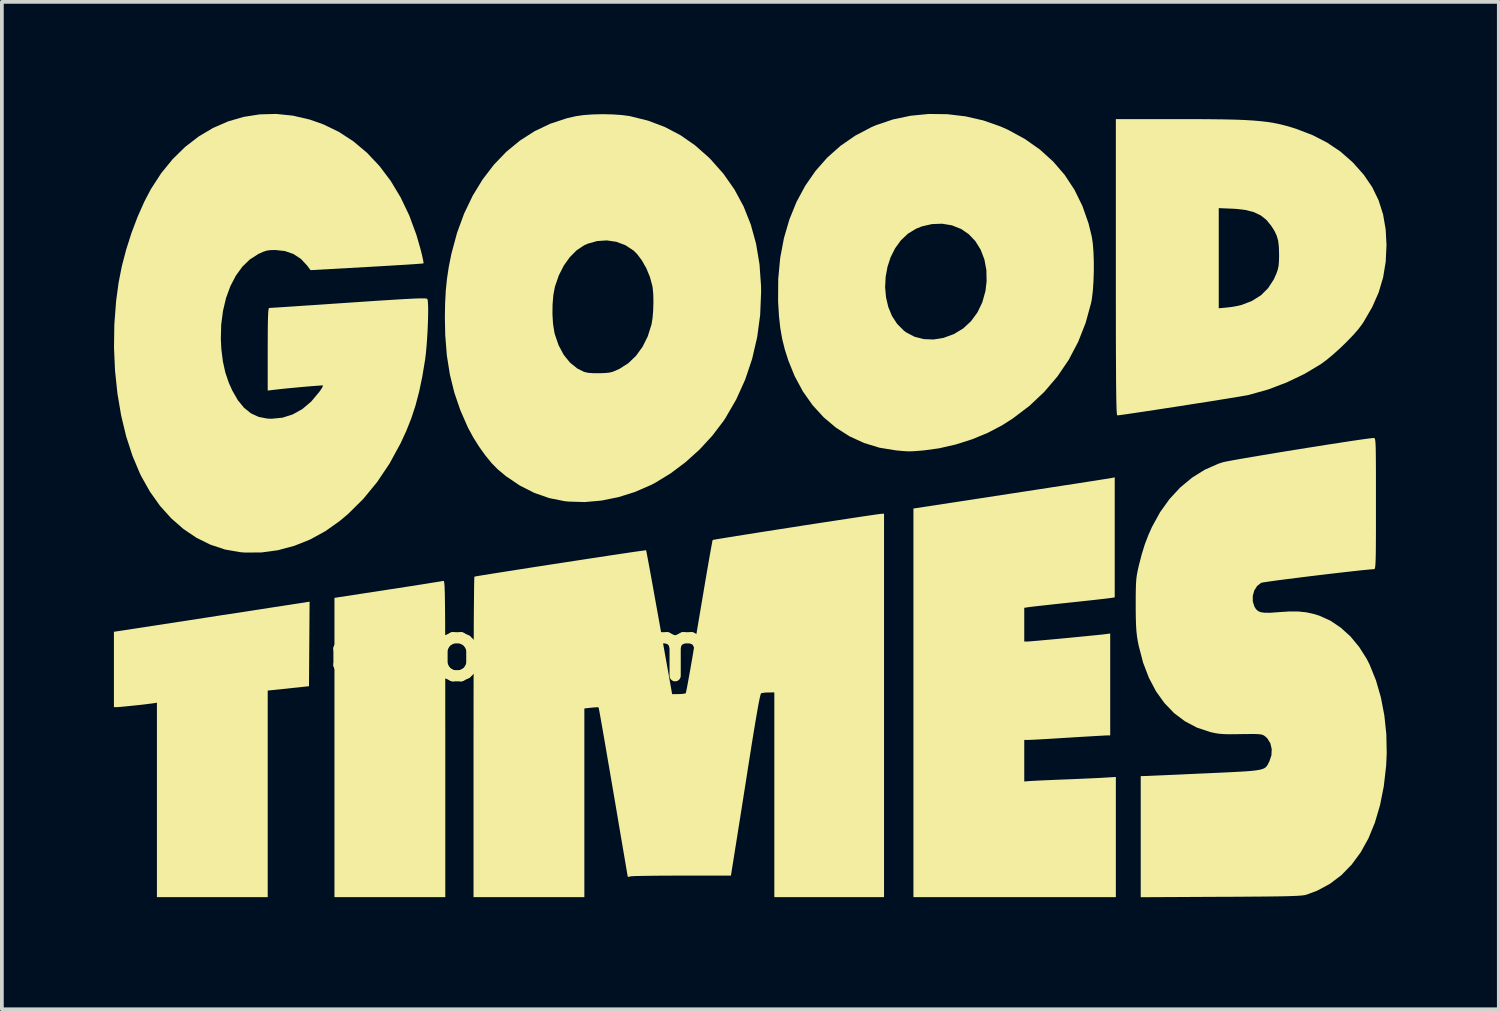
<source format=kicad_pcb>
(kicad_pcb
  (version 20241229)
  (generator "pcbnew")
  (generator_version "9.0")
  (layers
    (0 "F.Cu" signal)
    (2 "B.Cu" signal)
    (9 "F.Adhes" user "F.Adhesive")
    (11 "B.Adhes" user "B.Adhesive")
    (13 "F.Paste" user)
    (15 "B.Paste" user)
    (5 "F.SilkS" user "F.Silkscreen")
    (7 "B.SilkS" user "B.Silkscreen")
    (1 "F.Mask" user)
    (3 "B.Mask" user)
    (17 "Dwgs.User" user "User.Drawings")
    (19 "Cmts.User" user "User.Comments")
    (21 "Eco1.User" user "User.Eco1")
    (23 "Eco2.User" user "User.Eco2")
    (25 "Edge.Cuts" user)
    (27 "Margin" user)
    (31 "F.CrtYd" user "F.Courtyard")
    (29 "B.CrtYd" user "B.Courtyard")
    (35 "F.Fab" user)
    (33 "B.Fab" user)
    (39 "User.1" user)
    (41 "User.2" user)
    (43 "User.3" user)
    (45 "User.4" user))
  (footprint "good_times"
    (layer "F.Cu")
    (at 16.984 10.795)
    (property "Reference" "good_times" (at -4.826 3.556 0) (layer "F.SilkS") (effects (font (size 1.524 1.524) (thickness 0.3))))
    (attr board_only exclude_from_pos_files exclude_from_bom)
    (fp_poly (pts (xy -11.762 4.526) (xy -12.867 4.643) (xy -12.867 10.172) (xy -15.833 10.172) (xy -15.833 4.966) (xy -15.917 4.981) (xy -15.992 4.991) (xy -16.109 5.006) (xy -16.253 5.023) (xy -16.411 5.04) (xy -16.568 5.056) (xy -16.71 5.07) (xy -16.824 5.081) (xy -16.896 5.086) (xy -16.907 5.086) (xy -16.984 5.086) (xy -16.984 3.069) (xy -14.463 2.682) (xy -14.078 2.622) (xy -13.708 2.566) (xy -13.359 2.512) (xy -13.034 2.462) (xy -12.739 2.416) (xy -12.478 2.376) (xy -12.255 2.342) (xy -12.076 2.314) (xy -11.944 2.294) (xy -11.865 2.282) (xy -11.844 2.278) (xy -11.746 2.263)) (stroke (width 0) (type solid)) (fill yes) (layer "F.SilkS"))
    (fp_poly (pts (xy -8.159 1.706) (xy -8.152 1.713) (xy -8.146 1.729) (xy -8.141 1.758) (xy -8.136 1.802) (xy -8.132 1.864) (xy -8.129 1.948) (xy -8.125 2.056) (xy -8.123 2.19) (xy -8.121 2.355) (xy -8.119 2.553) (xy -8.117 2.786) (xy -8.116 3.059) (xy -8.115 3.373) (xy -8.114 3.732) (xy -8.114 4.138) (xy -8.114 4.595) (xy -8.114 5.105) (xy -8.113 5.672) (xy -8.113 5.932) (xy -8.113 10.172) (xy -11.08 10.172) (xy -11.08 2.161) (xy -9.65 1.941) (xy -9.361 1.897) (xy -9.09 1.855) (xy -8.842 1.816) (xy -8.624 1.782) (xy -8.441 1.752) (xy -8.3 1.73) (xy -8.206 1.714) (xy -8.166 1.706)) (stroke (width 0) (type solid)) (fill yes) (layer "F.SilkS"))
    (fp_poly (pts (xy 9.809 2.147) (xy 9.71 2.163) (xy 9.657 2.17) (xy 9.552 2.183) (xy 9.402 2.2) (xy 9.215 2.221) (xy 9.001 2.244) (xy 8.765 2.27) (xy 8.613 2.286) (xy 8.368 2.312) (xy 8.138 2.337) (xy 7.931 2.36) (xy 7.755 2.379) (xy 7.618 2.395) (xy 7.528 2.406) (xy 7.5 2.41) (xy 7.387 2.427) (xy 7.387 3.33) (xy 7.464 3.33) (xy 7.513 3.327) (xy 7.612 3.319) (xy 7.755 3.307) (xy 7.931 3.291) (xy 8.131 3.273) (xy 8.347 3.253) (xy 8.57 3.232) (xy 8.791 3.21) (xy 9.002 3.19) (xy 9.192 3.171) (xy 9.353 3.155) (xy 9.477 3.142) (xy 9.554 3.133) (xy 9.559 3.132) (xy 9.688 3.115) (xy 9.688 5.843) (xy 9.604 5.843) (xy 9.554 5.845) (xy 9.452 5.851) (xy 9.305 5.859) (xy 9.122 5.87) (xy 8.911 5.882) (xy 8.68 5.896) (xy 8.568 5.903) (xy 8.328 5.918) (xy 8.103 5.932) (xy 7.901 5.944) (xy 7.731 5.953) (xy 7.601 5.96) (xy 7.519 5.963) (xy 7.5 5.964) (xy 7.387 5.964) (xy 7.387 7.077) (xy 7.516 7.066) (xy 7.581 7.062) (xy 7.697 7.056) (xy 7.853 7.048) (xy 8.041 7.04) (xy 8.251 7.031) (xy 8.431 7.024) (xy 8.664 7.015) (xy 8.896 7.005) (xy 9.114 6.995) (xy 9.305 6.986) (xy 9.456 6.979) (xy 9.529 6.974) (xy 9.839 6.956) (xy 9.839 10.172) (xy 4.42 10.172) (xy 4.42 -0.231) (xy 7.046 -0.633) (xy 7.439 -0.693) (xy 7.815 -0.751) (xy 8.171 -0.806) (xy 8.502 -0.857) (xy 8.803 -0.903) (xy 9.07 -0.945) (xy 9.299 -0.98) (xy 9.485 -1.01) (xy 9.623 -1.031) (xy 9.711 -1.046) (xy 9.741 -1.051) (xy 9.809 -1.066)) (stroke (width 0) (type solid)) (fill yes) (layer "F.SilkS"))
    (fp_poly (pts (xy 5.324 -10.788) (xy 5.814 -10.73) (xy 6.293 -10.62) (xy 6.756 -10.458) (xy 6.952 -10.37) (xy 7.402 -10.125) (xy 7.806 -9.841) (xy 8.162 -9.519) (xy 8.471 -9.16) (xy 8.731 -8.764) (xy 8.944 -8.331) (xy 9.108 -7.863) (xy 9.195 -7.508) (xy 9.222 -7.325) (xy 9.24 -7.098) (xy 9.249 -6.842) (xy 9.249 -6.574) (xy 9.24 -6.307) (xy 9.223 -6.06) (xy 9.197 -5.845) (xy 9.178 -5.74) (xy 9.03 -5.201) (xy 8.83 -4.692) (xy 8.578 -4.213) (xy 8.276 -3.768) (xy 7.925 -3.356) (xy 7.526 -2.98) (xy 7.08 -2.642) (xy 6.792 -2.458) (xy 6.413 -2.259) (xy 5.995 -2.086) (xy 5.555 -1.946) (xy 5.112 -1.844) (xy 4.703 -1.788) (xy 4.54 -1.774) (xy 4.418 -1.765) (xy 4.32 -1.762) (xy 4.227 -1.764) (xy 4.12 -1.772) (xy 3.981 -1.785) (xy 3.951 -1.788) (xy 3.512 -1.859) (xy 3.097 -1.986) (xy 2.708 -2.165) (xy 2.347 -2.395) (xy 2.017 -2.673) (xy 1.721 -2.997) (xy 1.461 -3.365) (xy 1.24 -3.776) (xy 1.071 -4.193) (xy 0.978 -4.485) (xy 0.907 -4.769) (xy 0.856 -5.06) (xy 0.821 -5.376) (xy 0.799 -5.732) (xy 0.797 -5.799) (xy 0.799 -6.156) (xy 3.662 -6.156) (xy 3.686 -5.885) (xy 3.747 -5.626) (xy 3.846 -5.385) (xy 3.985 -5.172) (xy 4.164 -4.993) (xy 4.227 -4.946) (xy 4.448 -4.83) (xy 4.693 -4.767) (xy 4.956 -4.756) (xy 5.223 -4.799) (xy 5.503 -4.901) (xy 5.751 -5.051) (xy 5.962 -5.246) (xy 6.134 -5.481) (xy 6.264 -5.751) (xy 6.348 -6.053) (xy 6.379 -6.31) (xy 6.373 -6.615) (xy 6.319 -6.902) (xy 6.219 -7.162) (xy 6.078 -7.389) (xy 5.898 -7.578) (xy 5.697 -7.715) (xy 5.452 -7.812) (xy 5.188 -7.856) (xy 4.916 -7.846) (xy 4.645 -7.784) (xy 4.491 -7.722) (xy 4.271 -7.588) (xy 4.084 -7.411) (xy 3.93 -7.199) (xy 3.81 -6.96) (xy 3.725 -6.701) (xy 3.676 -6.431) (xy 3.662 -6.156) (xy 0.799 -6.156) (xy 0.801 -6.382) (xy 0.853 -6.939) (xy 0.953 -7.469) (xy 1.099 -7.969) (xy 1.289 -8.437) (xy 1.523 -8.871) (xy 1.798 -9.268) (xy 2.113 -9.626) (xy 2.468 -9.941) (xy 2.861 -10.213) (xy 3.29 -10.438) (xy 3.424 -10.496) (xy 3.875 -10.648) (xy 4.347 -10.747) (xy 4.833 -10.794)) (stroke (width 0) (type solid)) (fill yes) (layer "F.SilkS"))
    (fp_poly (pts (xy 11.981 -10.656) (xy 12.377 -10.653) (xy 12.723 -10.649) (xy 13.025 -10.642) (xy 13.289 -10.632) (xy 13.52 -10.618) (xy 13.725 -10.6) (xy 13.908 -10.578) (xy 14.076 -10.551) (xy 14.233 -10.519) (xy 14.386 -10.48) (xy 14.54 -10.436) (xy 14.668 -10.395) (xy 15.104 -10.228) (xy 15.494 -10.028) (xy 15.846 -9.792) (xy 16.165 -9.513) (xy 16.198 -9.48) (xy 16.479 -9.163) (xy 16.704 -8.832) (xy 16.874 -8.481) (xy 16.993 -8.106) (xy 17.063 -7.701) (xy 17.085 -7.281) (xy 17.063 -6.835) (xy 16.994 -6.417) (xy 16.875 -6.016) (xy 16.702 -5.623) (xy 16.474 -5.23) (xy 16.429 -5.162) (xy 16.327 -5.027) (xy 16.188 -4.869) (xy 16.022 -4.697) (xy 15.841 -4.522) (xy 15.658 -4.357) (xy 15.482 -4.211) (xy 15.326 -4.096) (xy 15.319 -4.092) (xy 14.884 -3.832) (xy 14.411 -3.606) (xy 13.917 -3.418) (xy 13.418 -3.278) (xy 13.376 -3.268) (xy 13.308 -3.255) (xy 13.189 -3.235) (xy 13.027 -3.207) (xy 12.828 -3.175) (xy 12.598 -3.138) (xy 12.345 -3.097) (xy 12.074 -3.055) (xy 11.793 -3.011) (xy 11.508 -2.966) (xy 11.226 -2.923) (xy 10.954 -2.881) (xy 10.698 -2.842) (xy 10.465 -2.807) (xy 10.261 -2.777) (xy 10.094 -2.752) (xy 9.97 -2.735) (xy 9.895 -2.726) (xy 9.878 -2.725) (xy 9.872 -2.734) (xy 9.867 -2.766) (xy 9.862 -2.821) (xy 9.858 -2.903) (xy 9.855 -3.015) (xy 9.851 -3.159) (xy 9.849 -3.337) (xy 9.846 -3.553) (xy 9.844 -3.81) (xy 9.843 -4.109) (xy 9.841 -4.454) (xy 9.84 -4.847) (xy 9.84 -5.291) (xy 9.839 -5.789) (xy 9.839 -6.343) (xy 9.839 -6.691) (xy 9.839 -8.273) (xy 12.594 -8.273) (xy 12.594 -5.592) (xy 12.819 -5.613) (xy 12.959 -5.63) (xy 13.102 -5.656) (xy 13.205 -5.681) (xy 13.486 -5.79) (xy 13.722 -5.939) (xy 13.915 -6.13) (xy 14.067 -6.364) (xy 14.139 -6.524) (xy 14.172 -6.621) (xy 14.194 -6.716) (xy 14.205 -6.828) (xy 14.209 -6.974) (xy 14.209 -7.039) (xy 14.203 -7.241) (xy 14.184 -7.401) (xy 14.145 -7.537) (xy 14.083 -7.668) (xy 13.999 -7.8) (xy 13.87 -7.957) (xy 13.719 -8.078) (xy 13.538 -8.164) (xy 13.32 -8.222) (xy 13.055 -8.253) (xy 12.965 -8.258) (xy 12.594 -8.273) (xy 9.839 -8.273) (xy 9.839 -10.656) (xy 11.531 -10.656)) (stroke (width 0) (type solid)) (fill yes) (layer "F.SilkS"))
    (fp_poly (pts (xy -3.63 -10.782) (xy -3.383 -10.765) (xy -3.176 -10.737) (xy -3.167 -10.735) (xy -2.685 -10.615) (xy -2.237 -10.446) (xy -1.819 -10.227) (xy -1.426 -9.954) (xy -1.054 -9.625) (xy -1.014 -9.585) (xy -0.667 -9.194) (xy -0.372 -8.773) (xy -0.128 -8.321) (xy 0.065 -7.837) (xy 0.207 -7.32) (xy 0.299 -6.772) (xy 0.34 -6.189) (xy 0.342 -6.025) (xy 0.317 -5.413) (xy 0.236 -4.816) (xy 0.102 -4.238) (xy -0.084 -3.683) (xy -0.322 -3.155) (xy -0.61 -2.658) (xy -0.668 -2.57) (xy -0.964 -2.181) (xy -1.305 -1.811) (xy -1.682 -1.471) (xy -2.083 -1.17) (xy -2.497 -0.918) (xy -2.604 -0.862) (xy -3.034 -0.675) (xy -3.48 -0.535) (xy -3.932 -0.444) (xy -4.38 -0.404) (xy -4.815 -0.417) (xy -4.92 -0.428) (xy -5.329 -0.51) (xy -5.73 -0.65) (xy -6.117 -0.846) (xy -6.485 -1.094) (xy -6.714 -1.285) (xy -6.873 -1.448) (xy -7.041 -1.653) (xy -7.208 -1.887) (xy -7.364 -2.135) (xy -7.498 -2.382) (xy -7.51 -2.405) (xy -7.711 -2.866) (xy -7.871 -3.334) (xy -7.99 -3.818) (xy -8.071 -4.327) (xy -8.114 -4.871) (xy -8.124 -5.328) (xy -8.123 -5.433) (xy -5.244 -5.433) (xy -5.229 -5.179) (xy -5.194 -4.955) (xy -5.181 -4.899) (xy -5.079 -4.601) (xy -4.943 -4.346) (xy -4.775 -4.138) (xy -4.578 -3.979) (xy -4.397 -3.889) (xy -4.29 -3.864) (xy -4.134 -3.853) (xy -3.978 -3.853) (xy -3.833 -3.859) (xy -3.727 -3.869) (xy -3.639 -3.889) (xy -3.55 -3.924) (xy -3.444 -3.974) (xy -3.212 -4.122) (xy -3.007 -4.319) (xy -2.833 -4.559) (xy -2.694 -4.836) (xy -2.597 -5.143) (xy -2.589 -5.176) (xy -2.563 -5.341) (xy -2.547 -5.542) (xy -2.541 -5.757) (xy -2.545 -5.963) (xy -2.561 -6.139) (xy -2.57 -6.192) (xy -2.633 -6.426) (xy -2.728 -6.657) (xy -2.846 -6.868) (xy -2.979 -7.045) (xy -3.076 -7.14) (xy -3.294 -7.282) (xy -3.534 -7.372) (xy -3.789 -7.409) (xy -4.047 -7.392) (xy -4.3 -7.321) (xy -4.398 -7.277) (xy -4.597 -7.144) (xy -4.78 -6.96) (xy -4.941 -6.734) (xy -5.074 -6.472) (xy -5.173 -6.184) (xy -5.18 -6.161) (xy -5.22 -5.945) (xy -5.241 -5.696) (xy -5.244 -5.433) (xy -8.123 -5.433) (xy -8.118 -5.716) (xy -8.1 -6.063) (xy -8.067 -6.386) (xy -8.019 -6.705) (xy -7.952 -7.037) (xy -7.946 -7.064) (xy -7.797 -7.615) (xy -7.608 -8.129) (xy -7.38 -8.604) (xy -7.115 -9.039) (xy -6.815 -9.431) (xy -6.483 -9.778) (xy -6.118 -10.079) (xy -5.725 -10.331) (xy -5.304 -10.532) (xy -4.857 -10.68) (xy -4.608 -10.736) (xy -4.404 -10.765) (xy -4.159 -10.782) (xy -3.895 -10.788)) (stroke (width 0) (type solid)) (fill yes) (layer "F.SilkS"))
    (fp_poly (pts (xy 3.633 10.172) (xy 0.696 10.172) (xy 0.696 4.692) (xy 0.537 4.693) (xy 0.439 4.698) (xy 0.364 4.709) (xy 0.34 4.718) (xy 0.326 4.754) (xy 0.304 4.848) (xy 0.274 4.998) (xy 0.237 5.202) (xy 0.193 5.459) (xy 0.142 5.766) (xy 0.084 6.122) (xy 0.047 6.36) (xy -0.007 6.699) (xy -0.061 7.047) (xy -0.116 7.394) (xy -0.169 7.731) (xy -0.219 8.047) (xy -0.265 8.334) (xy -0.304 8.581) (xy -0.335 8.778) (xy -0.337 8.787) (xy -0.466 9.597) (xy -1.758 9.597) (xy -2.035 9.597) (xy -2.296 9.598) (xy -2.534 9.6) (xy -2.742 9.603) (xy -2.914 9.606) (xy -3.042 9.609) (xy -3.12 9.613) (xy -3.139 9.615) (xy -3.227 9.632) (xy -3.355 8.88) (xy -3.454 8.301) (xy -3.542 7.778) (xy -3.622 7.31) (xy -3.693 6.895) (xy -3.756 6.53) (xy -3.81 6.212) (xy -3.857 5.94) (xy -3.897 5.71) (xy -3.93 5.521) (xy -3.957 5.369) (xy -3.978 5.253) (xy -3.993 5.17) (xy -4.004 5.118) (xy -4.009 5.094) (xy -4.01 5.092) (xy -4.045 5.089) (xy -4.121 5.093) (xy -4.206 5.101) (xy -4.39 5.122) (xy -4.39 10.172) (xy -7.357 10.172) (xy -7.357 5.89) (xy -7.356 5.386) (xy -7.356 4.898) (xy -7.355 4.431) (xy -7.354 3.987) (xy -7.353 3.57) (xy -7.351 3.183) (xy -7.35 2.83) (xy -7.348 2.515) (xy -7.345 2.24) (xy -7.343 2.009) (xy -7.341 1.825) (xy -7.338 1.693) (xy -7.335 1.615) (xy -7.333 1.594) (xy -7.3 1.586) (xy -7.213 1.571) (xy -7.077 1.549) (xy -6.899 1.52) (xy -6.683 1.486) (xy -6.436 1.447) (xy -6.163 1.404) (xy -5.87 1.358) (xy -5.561 1.31) (xy -5.244 1.261) (xy -4.922 1.212) (xy -4.603 1.163) (xy -4.291 1.115) (xy -3.993 1.07) (xy -3.713 1.027) (xy -3.458 0.989) (xy -3.232 0.955) (xy -3.042 0.927) (xy -2.893 0.906) (xy -2.791 0.892) (xy -2.741 0.886) (xy -2.737 0.886) (xy -2.73 0.915) (xy -2.714 0.998) (xy -2.688 1.136) (xy -2.652 1.329) (xy -2.606 1.578) (xy -2.551 1.883) (xy -2.486 2.246) (xy -2.41 2.665) (xy -2.325 3.143) (xy -2.229 3.68) (xy -2.156 4.087) (xy -2.04 4.738) (xy -1.869 4.737) (xy -1.772 4.733) (xy -1.7 4.722) (xy -1.675 4.713) (xy -1.666 4.68) (xy -1.648 4.592) (xy -1.622 4.454) (xy -1.589 4.271) (xy -1.549 4.048) (xy -1.504 3.79) (xy -1.454 3.502) (xy -1.401 3.189) (xy -1.344 2.855) (xy -1.311 2.658) (xy -1.253 2.315) (xy -1.198 1.99) (xy -1.147 1.688) (xy -1.1 1.413) (xy -1.058 1.171) (xy -1.022 0.966) (xy -0.992 0.803) (xy -0.971 0.687) (xy -0.958 0.623) (xy -0.955 0.612) (xy -0.924 0.605) (xy -0.838 0.59) (xy -0.704 0.568) (xy -0.527 0.539) (xy -0.312 0.504) (xy -0.066 0.465) (xy 0.206 0.422) (xy 0.498 0.376) (xy 0.805 0.328) (xy 1.12 0.279) (xy 1.439 0.229) (xy 1.756 0.18) (xy 2.064 0.133) (xy 2.359 0.088) (xy 2.635 0.046) (xy 2.885 0.008) (xy 3.105 -0.025) (xy 3.289 -0.052) (xy 3.431 -0.073) (xy 3.525 -0.085) (xy 3.565 -0.09) (xy 3.633 -0.091)) (stroke (width 0) (type solid)) (fill yes) (layer "F.SilkS"))
    (fp_poly (pts (xy -12.194 -10.749) (xy -11.745 -10.645) (xy -11.383 -10.518) (xy -10.965 -10.316) (xy -10.573 -10.061) (xy -10.209 -9.755) (xy -9.876 -9.402) (xy -9.575 -9.003) (xy -9.309 -8.561) (xy -9.078 -8.078) (xy -8.886 -7.558) (xy -8.775 -7.171) (xy -8.74 -7.032) (xy -8.714 -6.915) (xy -8.698 -6.832) (xy -8.695 -6.795) (xy -8.696 -6.795) (xy -8.728 -6.79) (xy -8.815 -6.783) (xy -8.95 -6.773) (xy -9.129 -6.761) (xy -9.345 -6.748) (xy -9.592 -6.733) (xy -9.865 -6.717) (xy -10.157 -6.7) (xy -10.215 -6.697) (xy -11.721 -6.613) (xy -11.806 -6.729) (xy -11.976 -6.912) (xy -12.178 -7.045) (xy -12.41 -7.125) (xy -12.663 -7.152) (xy -12.792 -7.149) (xy -12.89 -7.136) (xy -12.984 -7.106) (xy -13.1 -7.054) (xy -13.123 -7.042) (xy -13.347 -6.898) (xy -13.547 -6.704) (xy -13.721 -6.463) (xy -13.867 -6.183) (xy -13.982 -5.868) (xy -14.064 -5.523) (xy -14.112 -5.155) (xy -14.122 -4.768) (xy -14.108 -4.495) (xy -14.066 -4.163) (xy -14.001 -3.869) (xy -13.907 -3.593) (xy -13.816 -3.391) (xy -13.667 -3.131) (xy -13.501 -2.928) (xy -13.317 -2.78) (xy -13.11 -2.684) (xy -12.878 -2.639) (xy -12.763 -2.634) (xy -12.471 -2.663) (xy -12.197 -2.75) (xy -11.94 -2.894) (xy -11.704 -3.093) (xy -11.489 -3.349) (xy -11.46 -3.389) (xy -11.413 -3.462) (xy -11.388 -3.513) (xy -11.387 -3.526) (xy -11.419 -3.526) (xy -11.501 -3.521) (xy -11.623 -3.512) (xy -11.775 -3.5) (xy -11.947 -3.485) (xy -12.128 -3.468) (xy -12.309 -3.451) (xy -12.48 -3.434) (xy -12.63 -3.417) (xy -12.723 -3.406) (xy -12.867 -3.389) (xy -12.867 -4.495) (xy -12.866 -4.795) (xy -12.865 -5.04) (xy -12.862 -5.233) (xy -12.858 -5.381) (xy -12.853 -5.486) (xy -12.846 -5.555) (xy -12.838 -5.591) (xy -12.829 -5.6) (xy -12.793 -5.602) (xy -12.702 -5.608) (xy -12.56 -5.617) (xy -12.373 -5.629) (xy -12.145 -5.644) (xy -11.882 -5.662) (xy -11.588 -5.681) (xy -11.269 -5.703) (xy -10.93 -5.726) (xy -10.707 -5.741) (xy -10.294 -5.769) (xy -9.938 -5.793) (xy -9.635 -5.812) (xy -9.38 -5.828) (xy -9.169 -5.84) (xy -8.998 -5.849) (xy -8.863 -5.855) (xy -8.761 -5.857) (xy -8.687 -5.857) (xy -8.637 -5.854) (xy -8.607 -5.848) (xy -8.593 -5.841) (xy -8.593 -5.84) (xy -8.581 -5.79) (xy -8.574 -5.69) (xy -8.571 -5.548) (xy -8.573 -5.375) (xy -8.579 -5.181) (xy -8.588 -4.974) (xy -8.601 -4.765) (xy -8.616 -4.562) (xy -8.633 -4.377) (xy -8.653 -4.218) (xy -8.656 -4.2) (xy -8.73 -3.754) (xy -8.814 -3.355) (xy -8.91 -2.99) (xy -9.023 -2.645) (xy -9.157 -2.309) (xy -9.31 -1.977) (xy -9.605 -1.435) (xy -9.939 -0.938) (xy -10.309 -0.488) (xy -10.716 -0.085) (xy -10.937 0.101) (xy -11.323 0.375) (xy -11.731 0.598) (xy -12.156 0.768) (xy -12.592 0.885) (xy -13.034 0.945) (xy -13.474 0.948) (xy -13.608 0.937) (xy -14.012 0.866) (xy -14.4 0.737) (xy -14.771 0.554) (xy -15.122 0.318) (xy -15.448 0.033) (xy -15.748 -0.3) (xy -16.018 -0.679) (xy -16.255 -1.1) (xy -16.287 -1.166) (xy -16.488 -1.643) (xy -16.657 -2.165) (xy -16.791 -2.723) (xy -16.89 -3.309) (xy -16.954 -3.916) (xy -16.982 -4.537) (xy -16.973 -5.164) (xy -16.925 -5.789) (xy -16.859 -6.279) (xy -16.774 -6.711) (xy -16.657 -7.159) (xy -16.514 -7.609) (xy -16.349 -8.044) (xy -16.169 -8.449) (xy -15.994 -8.783) (xy -15.719 -9.207) (xy -15.412 -9.584) (xy -15.076 -9.913) (xy -14.715 -10.191) (xy -14.332 -10.419) (xy -13.93 -10.594) (xy -13.511 -10.716) (xy -13.081 -10.783) (xy -12.641 -10.795)) (stroke (width 0) (type solid)) (fill yes) (layer "F.SilkS"))
    (fp_poly (pts (xy 16.753 -2.118) (xy 16.764 -2.113) (xy 16.773 -2.098) (xy 16.781 -2.069) (xy 16.787 -2.022) (xy 16.792 -1.952) (xy 16.796 -1.855) (xy 16.798 -1.725) (xy 16.8 -1.558) (xy 16.801 -1.35) (xy 16.802 -1.095) (xy 16.802 -0.791) (xy 16.802 -0.431) (xy 16.802 -0.363) (xy 16.802 0.007) (xy 16.802 0.322) (xy 16.801 0.585) (xy 16.8 0.802) (xy 16.798 0.976) (xy 16.795 1.112) (xy 16.791 1.215) (xy 16.786 1.29) (xy 16.78 1.34) (xy 16.773 1.371) (xy 16.764 1.387) (xy 16.754 1.393) (xy 16.749 1.393) (xy 16.679 1.397) (xy 16.559 1.408) (xy 16.397 1.424) (xy 16.2 1.446) (xy 15.976 1.471) (xy 15.731 1.499) (xy 15.473 1.529) (xy 15.209 1.561) (xy 14.945 1.593) (xy 14.69 1.625) (xy 14.45 1.655) (xy 14.233 1.683) (xy 14.046 1.708) (xy 13.895 1.73) (xy 13.789 1.746) (xy 13.734 1.757) (xy 13.729 1.759) (xy 13.621 1.842) (xy 13.545 1.963) (xy 13.505 2.107) (xy 13.505 2.257) (xy 13.548 2.393) (xy 13.592 2.464) (xy 13.647 2.514) (xy 13.72 2.545) (xy 13.823 2.559) (xy 13.963 2.56) (xy 14.152 2.547) (xy 14.216 2.542) (xy 14.495 2.524) (xy 14.732 2.526) (xy 14.945 2.549) (xy 15.149 2.595) (xy 15.284 2.637) (xy 15.58 2.77) (xy 15.86 2.958) (xy 16.12 3.194) (xy 16.353 3.475) (xy 16.555 3.794) (xy 16.634 3.951) (xy 16.802 4.367) (xy 16.934 4.822) (xy 17.027 5.307) (xy 17.08 5.809) (xy 17.091 6.32) (xy 17.075 6.66) (xy 17.012 7.207) (xy 16.911 7.714) (xy 16.774 8.178) (xy 16.602 8.598) (xy 16.394 8.973) (xy 16.152 9.302) (xy 15.877 9.584) (xy 15.569 9.817) (xy 15.229 10) (xy 14.942 10.107) (xy 14.905 10.116) (xy 14.856 10.124) (xy 14.79 10.131) (xy 14.703 10.137) (xy 14.591 10.142) (xy 14.45 10.147) (xy 14.275 10.151) (xy 14.061 10.154) (xy 13.805 10.157) (xy 13.503 10.159) (xy 13.149 10.162) (xy 12.74 10.164) (xy 12.647 10.164) (xy 10.505 10.175) (xy 10.505 6.933) (xy 10.588 6.931) (xy 10.634 6.93) (xy 10.735 6.926) (xy 10.883 6.919) (xy 11.074 6.911) (xy 11.301 6.901) (xy 11.557 6.89) (xy 11.837 6.877) (xy 12.135 6.863) (xy 12.194 6.861) (xy 12.549 6.845) (xy 12.848 6.831) (xy 13.097 6.818) (xy 13.301 6.806) (xy 13.464 6.794) (xy 13.593 6.779) (xy 13.691 6.763) (xy 13.765 6.743) (xy 13.819 6.719) (xy 13.858 6.689) (xy 13.888 6.654) (xy 13.912 6.611) (xy 13.938 6.56) (xy 13.949 6.539) (xy 14.004 6.376) (xy 14.012 6.209) (xy 13.975 6.054) (xy 13.895 5.923) (xy 13.832 5.865) (xy 13.801 5.844) (xy 13.767 5.828) (xy 13.722 5.817) (xy 13.659 5.81) (xy 13.567 5.806) (xy 13.44 5.806) (xy 13.268 5.807) (xy 13.072 5.81) (xy 12.878 5.812) (xy 12.728 5.808) (xy 12.603 5.798) (xy 12.489 5.78) (xy 12.366 5.753) (xy 12.361 5.751) (xy 12.01 5.634) (xy 11.689 5.465) (xy 11.398 5.246) (xy 11.14 4.977) (xy 10.914 4.662) (xy 10.724 4.301) (xy 10.569 3.896) (xy 10.452 3.448) (xy 10.425 3.315) (xy 10.405 3.188) (xy 10.39 3.054) (xy 10.38 2.901) (xy 10.374 2.717) (xy 10.371 2.491) (xy 10.371 2.331) (xy 10.371 2.105) (xy 10.374 1.928) (xy 10.378 1.788) (xy 10.386 1.673) (xy 10.398 1.57) (xy 10.416 1.469) (xy 10.44 1.357) (xy 10.456 1.288) (xy 10.534 0.986) (xy 10.617 0.721) (xy 10.713 0.471) (xy 10.809 0.257) (xy 11.023 -0.132) (xy 11.275 -0.484) (xy 11.561 -0.793) (xy 11.878 -1.056) (xy 12.22 -1.27) (xy 12.583 -1.43) (xy 12.699 -1.468) (xy 12.761 -1.483) (xy 12.877 -1.505) (xy 13.038 -1.535) (xy 13.24 -1.57) (xy 13.476 -1.611) (xy 13.739 -1.655) (xy 14.023 -1.702) (xy 14.322 -1.752) (xy 14.628 -1.801) (xy 14.937 -1.851) (xy 15.241 -1.899) (xy 15.534 -1.946) (xy 15.81 -1.988) (xy 16.063 -2.027) (xy 16.285 -2.06) (xy 16.471 -2.087) (xy 16.614 -2.106) (xy 16.708 -2.117) (xy 16.74 -2.119)) (stroke (width 0) (type solid)) (fill yes) (layer "F.SilkS")))
  (gr_rect
    (start -3 -3)
    (end 37.075 23.97)
    (stroke (width 0.1) (type default))
    (fill no)
    (layer "Edge.Cuts")))
</source>
